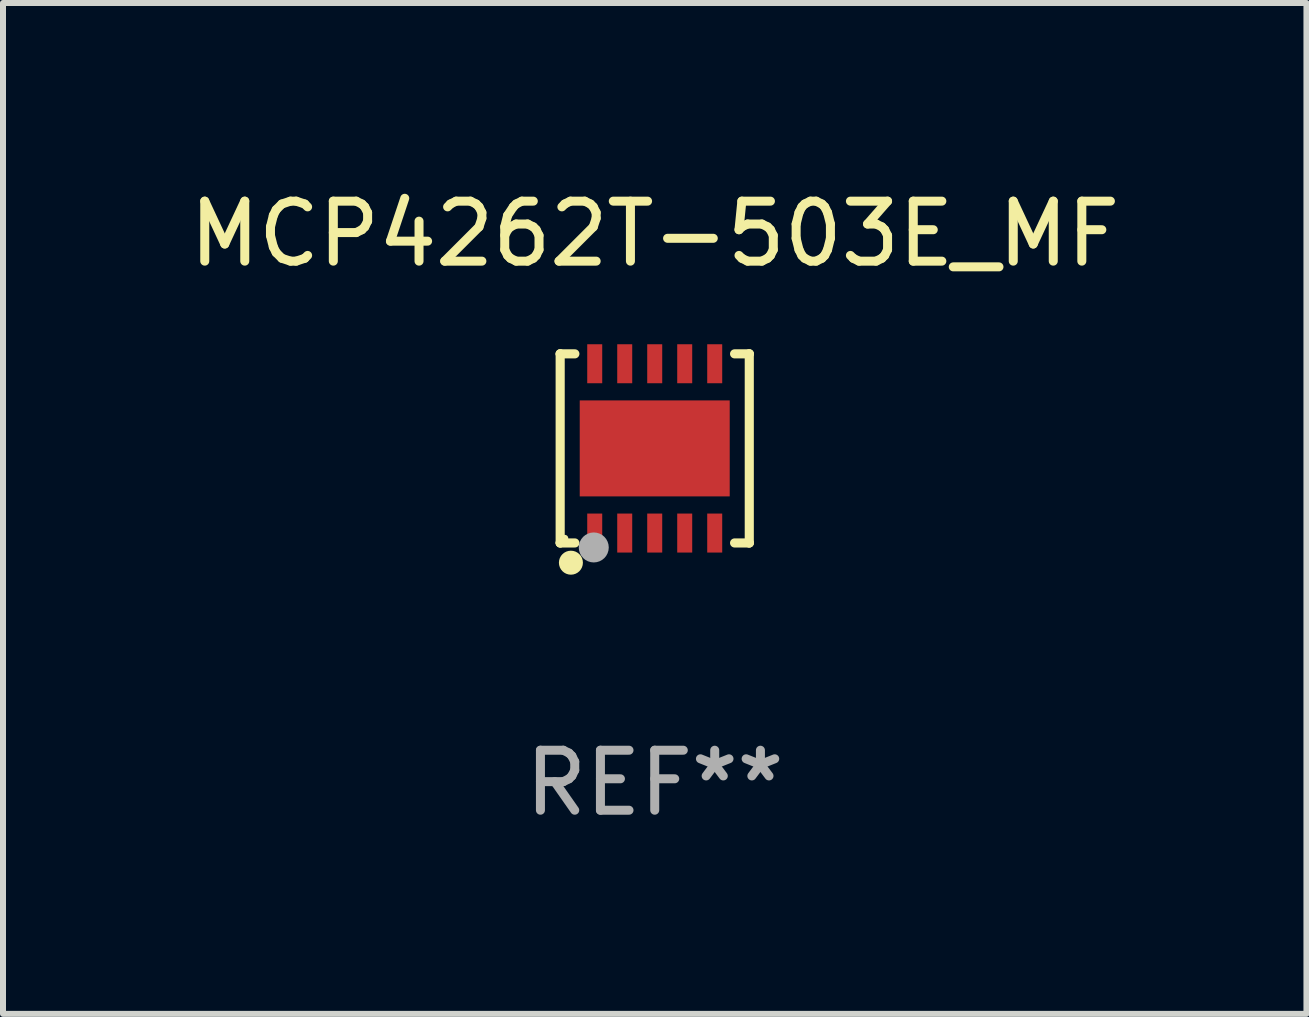
<source format=kicad_pcb>
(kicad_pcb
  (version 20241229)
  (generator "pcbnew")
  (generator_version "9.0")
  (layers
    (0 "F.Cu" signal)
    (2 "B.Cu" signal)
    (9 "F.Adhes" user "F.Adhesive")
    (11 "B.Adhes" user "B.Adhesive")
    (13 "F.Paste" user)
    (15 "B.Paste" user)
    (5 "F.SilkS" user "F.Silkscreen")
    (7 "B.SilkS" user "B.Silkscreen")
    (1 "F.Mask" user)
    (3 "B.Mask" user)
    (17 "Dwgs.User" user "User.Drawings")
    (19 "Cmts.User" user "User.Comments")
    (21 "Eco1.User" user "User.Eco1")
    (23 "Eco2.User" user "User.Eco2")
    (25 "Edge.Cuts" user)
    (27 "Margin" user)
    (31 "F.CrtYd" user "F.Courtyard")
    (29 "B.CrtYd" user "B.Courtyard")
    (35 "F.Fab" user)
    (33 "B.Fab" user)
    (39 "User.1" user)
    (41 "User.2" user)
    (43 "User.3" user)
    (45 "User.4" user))
  (footprint "MCP4262T-503E_MF"
    (layer "F.Cu")
    (at 7.863 4.424)
    (property "Reference" "MCP4262T-503E_MF" (at 0 -3.576 0) (layer "F.SilkS") (effects (font (size 1 1) (thickness 0.15))))
    (attr through_hole)
    (fp_line (start -1.576 -1.576) (end -1.576 -1.576) (stroke (width 0.152) (type solid)) (layer "F.SilkS"))
    (fp_line (start -1.576 -1.576) (end -1.331 -1.576) (stroke (width 0.152) (type solid)) (layer "F.SilkS"))
    (fp_line (start -1.576 1.576) (end -1.576 -1.576) (stroke (width 0.152) (type solid)) (layer "F.SilkS"))
    (fp_line (start -1.576 1.576) (end -1.576 1.576) (stroke (width 0.152) (type solid)) (layer "F.SilkS"))
    (fp_line (start -1.331 1.576) (end -1.576 1.576) (stroke (width 0.152) (type solid)) (layer "F.SilkS"))
    (fp_line (start 1.331 1.576) (end 1.576 1.576) (stroke (width 0.152) (type solid)) (layer "F.SilkS"))
    (fp_line (start 1.576 -1.576) (end 1.331 -1.576) (stroke (width 0.152) (type solid)) (layer "F.SilkS"))
    (fp_line (start 1.576 -1.576) (end 1.576 -1.576) (stroke (width 0.152) (type solid)) (layer "F.SilkS"))
    (fp_line (start 1.576 1.576) (end 1.576 -1.576) (stroke (width 0.152) (type solid)) (layer "F.SilkS"))
    (fp_line (start 1.576 1.576) (end 1.576 1.576) (stroke (width 0.152) (type solid)) (layer "F.SilkS"))
    (fp_circle (center -1.5 1.5) (end -1.47 1.5) (stroke (width 0.06) (type solid)) (fill no) (layer "F.SilkS"))
    (fp_circle (center -1.397 1.905) (end -1.297 1.905) (stroke (width 0.2) (type solid)) (fill no) (layer "F.SilkS"))
    (fp_circle (center -1.016 1.651) (end -0.891 1.651) (stroke (width 0.25) (type solid)) (fill no) (layer "F.Fab"))
    (fp_text user "REF**" (at 0 5.576 0) (layer "F.Fab") (effects (font (size 1 1) (thickness 0.15))))
    (pad "1" smd rect (at -1 1.411) (size 0.25 0.65) (layers "F.Cu" "F.Mask" "F.Paste"))
    (pad "2" smd rect (at -0.5 1.411) (size 0.25 0.65) (layers "F.Cu" "F.Mask" "F.Paste"))
    (pad "3" smd rect (at 0 1.411) (size 0.25 0.65) (layers "F.Cu" "F.Mask" "F.Paste"))
    (pad "4" smd rect (at 0.5 1.411) (size 0.25 0.65) (layers "F.Cu" "F.Mask" "F.Paste"))
    (pad "5" smd rect (at 1 1.411) (size 0.25 0.65) (layers "F.Cu" "F.Mask" "F.Paste"))
    (pad "6" smd rect (at 1 -1.411) (size 0.25 0.65) (layers "F.Cu" "F.Mask" "F.Paste"))
    (pad "7" smd rect (at 0.5 -1.411) (size 0.25 0.65) (layers "F.Cu" "F.Mask" "F.Paste"))
    (pad "8" smd rect (at 0 -1.411) (size 0.25 0.65) (layers "F.Cu" "F.Mask" "F.Paste"))
    (pad "9" smd rect (at -0.5 -1.411) (size 0.25 0.65) (layers "F.Cu" "F.Mask" "F.Paste"))
    (pad "10" smd rect (at -1 -1.411) (size 0.25 0.65) (layers "F.Cu" "F.Mask" "F.Paste"))
    (pad "11" smd rect (at 0 0) (size 2.5 1.6) (layers "F.Cu" "F.Mask" "F.Paste")))
  (gr_rect
    (start -3 -3)
    (end 18.726 13.849)
    (stroke (width 0.1) (type default))
    (fill no)
    (layer "Edge.Cuts")))
</source>
